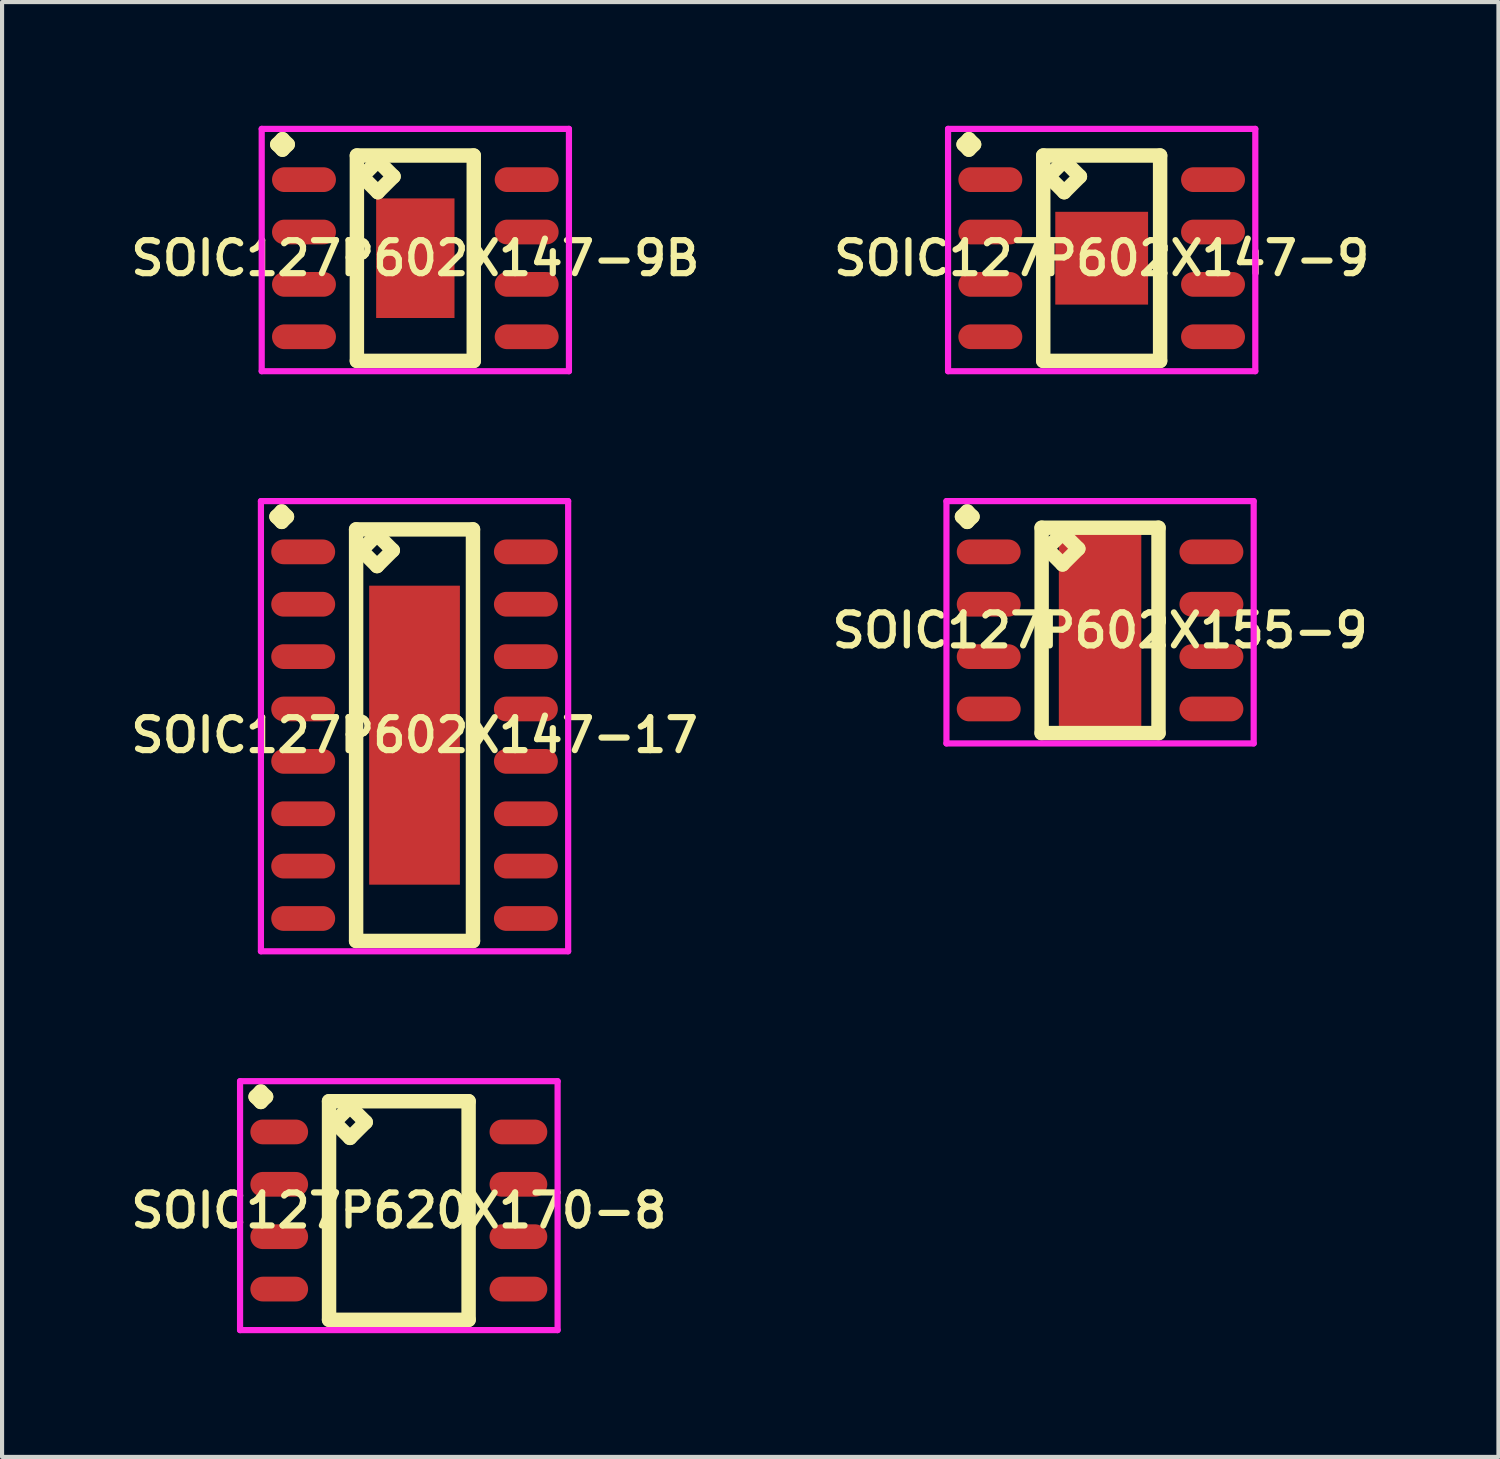
<source format=kicad_pcb>
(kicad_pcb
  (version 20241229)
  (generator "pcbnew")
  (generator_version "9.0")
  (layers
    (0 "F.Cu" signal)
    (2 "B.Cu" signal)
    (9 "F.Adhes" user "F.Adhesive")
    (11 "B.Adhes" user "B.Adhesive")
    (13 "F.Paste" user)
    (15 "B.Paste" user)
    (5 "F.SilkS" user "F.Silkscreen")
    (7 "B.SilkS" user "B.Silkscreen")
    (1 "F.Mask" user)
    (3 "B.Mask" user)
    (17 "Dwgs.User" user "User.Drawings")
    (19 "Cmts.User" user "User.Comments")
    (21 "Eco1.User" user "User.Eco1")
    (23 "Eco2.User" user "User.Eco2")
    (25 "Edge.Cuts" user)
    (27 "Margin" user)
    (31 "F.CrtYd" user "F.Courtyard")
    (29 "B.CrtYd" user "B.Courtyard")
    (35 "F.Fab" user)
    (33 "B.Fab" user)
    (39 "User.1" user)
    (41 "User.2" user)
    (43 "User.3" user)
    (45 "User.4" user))
  (footprint "SOIC127P602X155-9"
    (layer "F.Cu")
    (at 23.625 12.237)
    (property "Reference" "SOIC127P602X155-9" (at 0 0 0) (layer "F.SilkS") (effects (font (size 0.8 0.8) (thickness 0.15))))
    (attr smd)
    (fp_line (start -3.348 -2.759) (end -3.221 -2.886) (stroke (width 0.35) (type solid)) (layer "F.SilkS"))
    (fp_line (start -3.221 -2.886) (end -3.094 -2.759) (stroke (width 0.35) (type solid)) (layer "F.SilkS"))
    (fp_line (start -3.221 -2.632) (end -3.348 -2.759) (stroke (width 0.35) (type solid)) (layer "F.SilkS"))
    (fp_line (start -3.094 -2.759) (end -3.221 -2.632) (stroke (width 0.35) (type solid)) (layer "F.SilkS"))
    (fp_line (start -1.417 -2.49) (end -1.417 2.49) (stroke (width 0.35) (type solid)) (layer "F.SilkS"))
    (fp_line (start -1.417 2.49) (end 1.417 2.49) (stroke (width 0.35) (type solid)) (layer "F.SilkS"))
    (fp_line (start -1.29 -1.982) (end -0.909 -2.363) (stroke (width 0.35) (type solid)) (layer "F.SilkS"))
    (fp_line (start -0.909 -2.363) (end -0.528 -1.982) (stroke (width 0.35) (type solid)) (layer "F.SilkS"))
    (fp_line (start -0.909 -1.601) (end -1.29 -1.982) (stroke (width 0.35) (type solid)) (layer "F.SilkS"))
    (fp_line (start -0.528 -1.982) (end -0.909 -1.601) (stroke (width 0.35) (type solid)) (layer "F.SilkS"))
    (fp_line (start 1.417 -2.49) (end -1.417 -2.49) (stroke (width 0.35) (type solid)) (layer "F.SilkS"))
    (fp_line (start 1.417 2.49) (end 1.417 -2.49) (stroke (width 0.35) (type solid)) (layer "F.SilkS"))
    (fp_line (start -3.725 -3.136) (end 3.725 -3.136) (stroke (width 0.15) (type solid)) (layer "F.CrtYd"))
    (fp_line (start -3.725 2.74) (end -3.725 -3.136) (stroke (width 0.15) (type solid)) (layer "F.CrtYd"))
    (fp_line (start 3.725 -3.136) (end 3.725 2.74) (stroke (width 0.15) (type solid)) (layer "F.CrtYd"))
    (fp_line (start 3.725 2.74) (end -3.725 2.74) (stroke (width 0.15) (type solid)) (layer "F.CrtYd"))
    (pad "1" smd oval (at -2.7 -1.905) (size 1.55 0.6) (layers "F.Cu" "F.Mask" "F.Paste"))
    (pad "2" smd oval (at -2.7 -0.635) (size 1.55 0.6) (layers "F.Cu" "F.Mask" "F.Paste"))
    (pad "3" smd oval (at -2.7 0.635) (size 1.55 0.6) (layers "F.Cu" "F.Mask" "F.Paste"))
    (pad "4" smd oval (at -2.7 1.905) (size 1.55 0.6) (layers "F.Cu" "F.Mask" "F.Paste"))
    (pad "5" smd oval (at 2.7 1.905) (size 1.55 0.6) (layers "F.Cu" "F.Mask" "F.Paste"))
    (pad "6" smd oval (at 2.7 0.635) (size 1.55 0.6) (layers "F.Cu" "F.Mask" "F.Paste"))
    (pad "7" smd oval (at 2.7 -0.635) (size 1.55 0.6) (layers "F.Cu" "F.Mask" "F.Paste"))
    (pad "8" smd oval (at 2.7 -1.905) (size 1.55 0.6) (layers "F.Cu" "F.Mask" "F.Paste"))
    (pad "9" smd rect (at 0 0) (size 2 4.95) (layers "F.Cu" "F.Mask" "F.Paste")))
  (footprint "SOIC127P602X147-17"
    (layer "F.Cu")
    (at 7.002 14.777)
    (property "Reference" "SOIC127P602X147-17" (at 0 0 0) (layer "F.SilkS") (effects (font (size 0.8 0.8) (thickness 0.15))))
    (attr smd)
    (fp_line (start -3.348 -5.299) (end -3.221 -5.426) (stroke (width 0.35) (type solid)) (layer "F.SilkS"))
    (fp_line (start -3.221 -5.426) (end -3.094 -5.299) (stroke (width 0.35) (type solid)) (layer "F.SilkS"))
    (fp_line (start -3.221 -5.172) (end -3.348 -5.299) (stroke (width 0.35) (type solid)) (layer "F.SilkS"))
    (fp_line (start -3.094 -5.299) (end -3.221 -5.172) (stroke (width 0.35) (type solid)) (layer "F.SilkS"))
    (fp_line (start -1.417 -4.99) (end -1.417 4.99) (stroke (width 0.35) (type solid)) (layer "F.SilkS"))
    (fp_line (start -1.417 4.99) (end 1.417 4.99) (stroke (width 0.35) (type solid)) (layer "F.SilkS"))
    (fp_line (start -1.29 -4.482) (end -0.909 -4.863) (stroke (width 0.35) (type solid)) (layer "F.SilkS"))
    (fp_line (start -0.909 -4.863) (end -0.528 -4.482) (stroke (width 0.35) (type solid)) (layer "F.SilkS"))
    (fp_line (start -0.909 -4.101) (end -1.29 -4.482) (stroke (width 0.35) (type solid)) (layer "F.SilkS"))
    (fp_line (start -0.528 -4.482) (end -0.909 -4.101) (stroke (width 0.35) (type solid)) (layer "F.SilkS"))
    (fp_line (start 1.417 -4.99) (end -1.417 -4.99) (stroke (width 0.35) (type solid)) (layer "F.SilkS"))
    (fp_line (start 1.417 4.99) (end 1.417 -4.99) (stroke (width 0.35) (type solid)) (layer "F.SilkS"))
    (fp_line (start -3.725 -5.676) (end 3.725 -5.676) (stroke (width 0.15) (type solid)) (layer "F.CrtYd"))
    (fp_line (start -3.725 5.24) (end -3.725 -5.676) (stroke (width 0.15) (type solid)) (layer "F.CrtYd"))
    (fp_line (start 3.725 -5.676) (end 3.725 5.24) (stroke (width 0.15) (type solid)) (layer "F.CrtYd"))
    (fp_line (start 3.725 5.24) (end -3.725 5.24) (stroke (width 0.15) (type solid)) (layer "F.CrtYd"))
    (pad "1" smd oval (at -2.7 -4.445) (size 1.55 0.6) (layers "F.Cu" "F.Mask" "F.Paste"))
    (pad "2" smd oval (at -2.7 -3.175) (size 1.55 0.6) (layers "F.Cu" "F.Mask" "F.Paste"))
    (pad "3" smd oval (at -2.7 -1.905) (size 1.55 0.6) (layers "F.Cu" "F.Mask" "F.Paste"))
    (pad "4" smd oval (at -2.7 -0.635) (size 1.55 0.6) (layers "F.Cu" "F.Mask" "F.Paste"))
    (pad "5" smd oval (at -2.7 0.635) (size 1.55 0.6) (layers "F.Cu" "F.Mask" "F.Paste"))
    (pad "6" smd oval (at -2.7 1.905) (size 1.55 0.6) (layers "F.Cu" "F.Mask" "F.Paste"))
    (pad "7" smd oval (at -2.7 3.175) (size 1.55 0.6) (layers "F.Cu" "F.Mask" "F.Paste"))
    (pad "8" smd oval (at -2.7 4.445) (size 1.55 0.6) (layers "F.Cu" "F.Mask" "F.Paste"))
    (pad "9" smd oval (at 2.7 4.445) (size 1.55 0.6) (layers "F.Cu" "F.Mask" "F.Paste"))
    (pad "10" smd oval (at 2.7 3.175) (size 1.55 0.6) (layers "F.Cu" "F.Mask" "F.Paste"))
    (pad "11" smd oval (at 2.7 1.905) (size 1.55 0.6) (layers "F.Cu" "F.Mask" "F.Paste"))
    (pad "12" smd oval (at 2.7 0.635) (size 1.55 0.6) (layers "F.Cu" "F.Mask" "F.Paste"))
    (pad "13" smd oval (at 2.7 -0.635) (size 1.55 0.6) (layers "F.Cu" "F.Mask" "F.Paste"))
    (pad "14" smd oval (at 2.7 -1.905) (size 1.55 0.6) (layers "F.Cu" "F.Mask" "F.Paste"))
    (pad "15" smd oval (at 2.7 -3.175) (size 1.55 0.6) (layers "F.Cu" "F.Mask" "F.Paste"))
    (pad "16" smd oval (at 2.7 -4.445) (size 1.55 0.6) (layers "F.Cu" "F.Mask" "F.Paste"))
    (pad "17" smd rect (at 0 0) (size 2.2 7.25) (layers "F.Cu" "F.Mask" "F.Paste")))
  (footprint "SOIC127P602X147-9"
    (layer "F.Cu")
    (at 23.664 3.211)
    (property "Reference" "SOIC127P602X147-9" (at 0 0 0) (layer "F.SilkS") (effects (font (size 0.8 0.8) (thickness 0.15))))
    (attr smd)
    (fp_line (start -3.348 -2.759) (end -3.221 -2.886) (stroke (width 0.35) (type solid)) (layer "F.SilkS"))
    (fp_line (start -3.221 -2.886) (end -3.094 -2.759) (stroke (width 0.35) (type solid)) (layer "F.SilkS"))
    (fp_line (start -3.221 -2.632) (end -3.348 -2.759) (stroke (width 0.35) (type solid)) (layer "F.SilkS"))
    (fp_line (start -3.094 -2.759) (end -3.221 -2.632) (stroke (width 0.35) (type solid)) (layer "F.SilkS"))
    (fp_line (start -1.417 -2.49) (end -1.417 2.49) (stroke (width 0.35) (type solid)) (layer "F.SilkS"))
    (fp_line (start -1.417 2.49) (end 1.417 2.49) (stroke (width 0.35) (type solid)) (layer "F.SilkS"))
    (fp_line (start -1.29 -1.982) (end -0.909 -2.363) (stroke (width 0.35) (type solid)) (layer "F.SilkS"))
    (fp_line (start -0.909 -2.363) (end -0.528 -1.982) (stroke (width 0.35) (type solid)) (layer "F.SilkS"))
    (fp_line (start -0.909 -1.601) (end -1.29 -1.982) (stroke (width 0.35) (type solid)) (layer "F.SilkS"))
    (fp_line (start -0.528 -1.982) (end -0.909 -1.601) (stroke (width 0.35) (type solid)) (layer "F.SilkS"))
    (fp_line (start 1.417 -2.49) (end -1.417 -2.49) (stroke (width 0.35) (type solid)) (layer "F.SilkS"))
    (fp_line (start 1.417 2.49) (end 1.417 -2.49) (stroke (width 0.35) (type solid)) (layer "F.SilkS"))
    (fp_line (start -3.725 -3.136) (end 3.725 -3.136) (stroke (width 0.15) (type solid)) (layer "F.CrtYd"))
    (fp_line (start -3.725 2.74) (end -3.725 -3.136) (stroke (width 0.15) (type solid)) (layer "F.CrtYd"))
    (fp_line (start 3.725 -3.136) (end 3.725 2.74) (stroke (width 0.15) (type solid)) (layer "F.CrtYd"))
    (fp_line (start 3.725 2.74) (end -3.725 2.74) (stroke (width 0.15) (type solid)) (layer "F.CrtYd"))
    (pad "1" smd oval (at -2.7 -1.905) (size 1.55 0.6) (layers "F.Cu" "F.Mask" "F.Paste"))
    (pad "2" smd oval (at -2.7 -0.635) (size 1.55 0.6) (layers "F.Cu" "F.Mask" "F.Paste"))
    (pad "3" smd oval (at -2.7 0.635) (size 1.55 0.6) (layers "F.Cu" "F.Mask" "F.Paste"))
    (pad "4" smd oval (at -2.7 1.905) (size 1.55 0.6) (layers "F.Cu" "F.Mask" "F.Paste"))
    (pad "5" smd oval (at 2.7 1.905) (size 1.55 0.6) (layers "F.Cu" "F.Mask" "F.Paste"))
    (pad "6" smd oval (at 2.7 0.635) (size 1.55 0.6) (layers "F.Cu" "F.Mask" "F.Paste"))
    (pad "7" smd oval (at 2.7 -0.635) (size 1.55 0.6) (layers "F.Cu" "F.Mask" "F.Paste"))
    (pad "8" smd oval (at 2.7 -1.905) (size 1.55 0.6) (layers "F.Cu" "F.Mask" "F.Paste"))
    (pad "9" smd rect (at 0 0) (size 2.25 2.25) (layers "F.Cu" "F.Mask" "F.Paste")))
  (footprint "SOIC127P602X147-9B"
    (layer "F.Cu")
    (at 7.021 3.211)
    (property "Reference" "SOIC127P602X147-9B" (at 0 0 0) (layer "F.SilkS") (effects (font (size 0.8 0.8) (thickness 0.15))))
    (attr smd)
    (fp_line (start -3.348 -2.759) (end -3.221 -2.886) (stroke (width 0.35) (type solid)) (layer "F.SilkS"))
    (fp_line (start -3.221 -2.886) (end -3.094 -2.759) (stroke (width 0.35) (type solid)) (layer "F.SilkS"))
    (fp_line (start -3.221 -2.632) (end -3.348 -2.759) (stroke (width 0.35) (type solid)) (layer "F.SilkS"))
    (fp_line (start -3.094 -2.759) (end -3.221 -2.632) (stroke (width 0.35) (type solid)) (layer "F.SilkS"))
    (fp_line (start -1.417 -2.49) (end -1.417 2.49) (stroke (width 0.35) (type solid)) (layer "F.SilkS"))
    (fp_line (start -1.417 2.49) (end 1.417 2.49) (stroke (width 0.35) (type solid)) (layer "F.SilkS"))
    (fp_line (start -1.29 -1.982) (end -0.909 -2.363) (stroke (width 0.35) (type solid)) (layer "F.SilkS"))
    (fp_line (start -0.909 -2.363) (end -0.528 -1.982) (stroke (width 0.35) (type solid)) (layer "F.SilkS"))
    (fp_line (start -0.909 -1.601) (end -1.29 -1.982) (stroke (width 0.35) (type solid)) (layer "F.SilkS"))
    (fp_line (start -0.528 -1.982) (end -0.909 -1.601) (stroke (width 0.35) (type solid)) (layer "F.SilkS"))
    (fp_line (start 1.417 -2.49) (end -1.417 -2.49) (stroke (width 0.35) (type solid)) (layer "F.SilkS"))
    (fp_line (start 1.417 2.49) (end 1.417 -2.49) (stroke (width 0.35) (type solid)) (layer "F.SilkS"))
    (fp_line (start -3.725 -3.136) (end 3.725 -3.136) (stroke (width 0.15) (type solid)) (layer "F.CrtYd"))
    (fp_line (start -3.725 2.74) (end -3.725 -3.136) (stroke (width 0.15) (type solid)) (layer "F.CrtYd"))
    (fp_line (start 3.725 -3.136) (end 3.725 2.74) (stroke (width 0.15) (type solid)) (layer "F.CrtYd"))
    (fp_line (start 3.725 2.74) (end -3.725 2.74) (stroke (width 0.15) (type solid)) (layer "F.CrtYd"))
    (pad "1" smd oval (at -2.7 -1.905) (size 1.55 0.6) (layers "F.Cu" "F.Mask" "F.Paste"))
    (pad "2" smd oval (at -2.7 -0.635) (size 1.55 0.6) (layers "F.Cu" "F.Mask" "F.Paste"))
    (pad "3" smd oval (at -2.7 0.635) (size 1.55 0.6) (layers "F.Cu" "F.Mask" "F.Paste"))
    (pad "4" smd oval (at -2.7 1.905) (size 1.55 0.6) (layers "F.Cu" "F.Mask" "F.Paste"))
    (pad "5" smd oval (at 2.7 1.905) (size 1.55 0.6) (layers "F.Cu" "F.Mask" "F.Paste"))
    (pad "6" smd oval (at 2.7 0.635) (size 1.55 0.6) (layers "F.Cu" "F.Mask" "F.Paste"))
    (pad "7" smd oval (at 2.7 -0.635) (size 1.55 0.6) (layers "F.Cu" "F.Mask" "F.Paste"))
    (pad "8" smd oval (at 2.7 -1.905) (size 1.55 0.6) (layers "F.Cu" "F.Mask" "F.Paste"))
    (pad "9" smd rect (at 0 0) (size 1.9 2.9) (layers "F.Cu" "F.Mask" "F.Paste")))
  (footprint "SOIC127P620X170-8"
    (layer "F.Cu")
    (at 6.621 26.303)
    (property "Reference" "SOIC127P620X170-8" (at 0 0 0) (layer "F.SilkS") (effects (font (size 0.8 0.8) (thickness 0.15))))
    (attr smd)
    (fp_line (start -3.473 -2.759) (end -3.346 -2.886) (stroke (width 0.35) (type solid)) (layer "F.SilkS"))
    (fp_line (start -3.346 -2.886) (end -3.219 -2.759) (stroke (width 0.35) (type solid)) (layer "F.SilkS"))
    (fp_line (start -3.346 -2.632) (end -3.473 -2.759) (stroke (width 0.35) (type solid)) (layer "F.SilkS"))
    (fp_line (start -3.219 -2.759) (end -3.346 -2.632) (stroke (width 0.35) (type solid)) (layer "F.SilkS"))
    (fp_line (start -1.692 -2.65) (end -1.692 2.65) (stroke (width 0.35) (type solid)) (layer "F.SilkS"))
    (fp_line (start -1.692 2.65) (end 1.692 2.65) (stroke (width 0.35) (type solid)) (layer "F.SilkS"))
    (fp_line (start -1.565 -2.142) (end -1.184 -2.523) (stroke (width 0.35) (type solid)) (layer "F.SilkS"))
    (fp_line (start -1.184 -2.523) (end -0.803 -2.142) (stroke (width 0.35) (type solid)) (layer "F.SilkS"))
    (fp_line (start -1.184 -1.761) (end -1.565 -2.142) (stroke (width 0.35) (type solid)) (layer "F.SilkS"))
    (fp_line (start -0.803 -2.142) (end -1.184 -1.761) (stroke (width 0.35) (type solid)) (layer "F.SilkS"))
    (fp_line (start 1.692 -2.65) (end -1.692 -2.65) (stroke (width 0.35) (type solid)) (layer "F.SilkS"))
    (fp_line (start 1.692 2.65) (end 1.692 -2.65) (stroke (width 0.35) (type solid)) (layer "F.SilkS"))
    (fp_line (start -3.85 -3.136) (end 3.85 -3.136) (stroke (width 0.15) (type solid)) (layer "F.CrtYd"))
    (fp_line (start -3.85 2.9) (end -3.85 -3.136) (stroke (width 0.15) (type solid)) (layer "F.CrtYd"))
    (fp_line (start 3.85 -3.136) (end 3.85 2.9) (stroke (width 0.15) (type solid)) (layer "F.CrtYd"))
    (fp_line (start 3.85 2.9) (end -3.85 2.9) (stroke (width 0.15) (type solid)) (layer "F.CrtYd"))
    (pad "1" smd oval (at -2.9 -1.905) (size 1.4 0.6) (layers "F.Cu" "F.Mask" "F.Paste"))
    (pad "2" smd oval (at -2.9 -0.635) (size 1.4 0.6) (layers "F.Cu" "F.Mask" "F.Paste"))
    (pad "3" smd oval (at -2.9 0.635) (size 1.4 0.6) (layers "F.Cu" "F.Mask" "F.Paste"))
    (pad "4" smd oval (at -2.9 1.905) (size 1.4 0.6) (layers "F.Cu" "F.Mask" "F.Paste"))
    (pad "5" smd oval (at 2.9 1.905) (size 1.4 0.6) (layers "F.Cu" "F.Mask" "F.Paste"))
    (pad "6" smd oval (at 2.9 0.635) (size 1.4 0.6) (layers "F.Cu" "F.Mask" "F.Paste"))
    (pad "7" smd oval (at 2.9 -0.635) (size 1.4 0.6) (layers "F.Cu" "F.Mask" "F.Paste"))
    (pad "8" smd oval (at 2.9 -1.905) (size 1.4 0.6) (layers "F.Cu" "F.Mask" "F.Paste")))
  (gr_rect
    (start -3 -3)
    (end 33.285 32.278)
    (stroke (width 0.1) (type default))
    (fill no)
    (layer "Edge.Cuts")))
</source>
